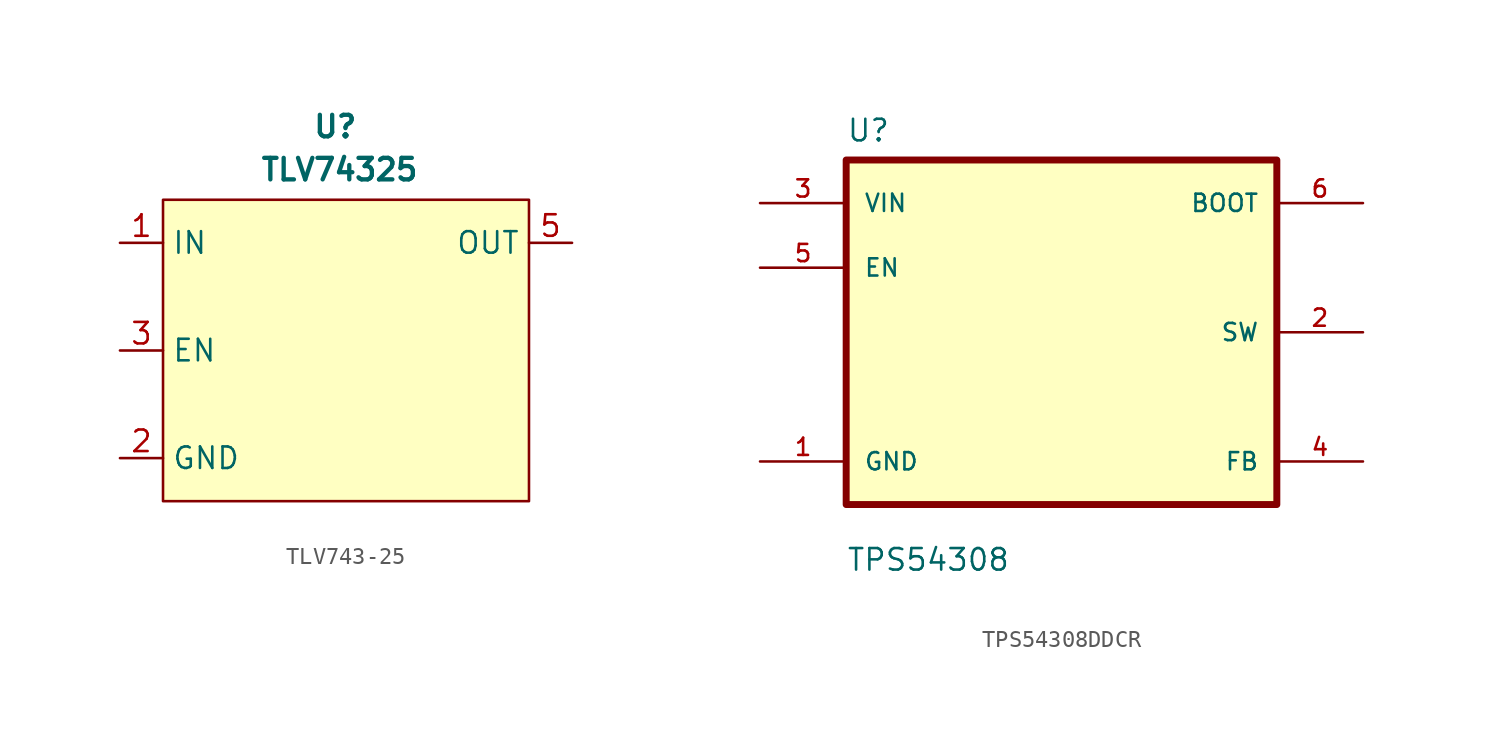
<source format=kicad_sym>
(kicad_symbol_lib
  (version 20231120)
  (generator "kicad_symbol_editor")
  (generator_version "8.0")
  (symbol "TLV743-25"
    (property "Reference" "U"
      (at 0 6.858 0)
      (effects (font (size 1.27 1.27) (thickness 0.254) (bold yes))))
    (property "Value" "TLV74325"
      (at 0.254 4.318 0)
      (effects (font (size 1.27 1.27) (thickness 0.254) (bold yes))))
    (symbol "TLV743-25_1_1"
      (rectangle (start -10.16 2.54) (end 11.43 -15.24) (stroke (width 0) (type default)) (fill (type background)))
      (pin power_in line (at -12.7 0 0) (length 2.54) (name "IN" (effects (font (size 1.27 1.27)))) (number "1" (effects (font (size 1.27 1.27)))))
      (pin passive line (at -12.7 -12.7 0) (length 2.54) (name "GND" (effects (font (size 1.27 1.27)))) (number "2" (effects (font (size 1.27 1.27)))))
      (pin input line (at -12.7 -6.35 0) (length 2.54) (name "EN" (effects (font (size 1.27 1.27)))) (number "3" (effects (font (size 1.27 1.27)))))
      (pin input line (at 13.97 -11.43 180) (length 2.54) hide (name "NC" (effects (font (size 1.27 1.27)))) (number "4" (effects (font (size 1.27 1.27)))))
      (pin power_out line (at 13.97 0 180) (length 2.54) (name "OUT" (effects (font (size 1.27 1.27)))) (number "5" (effects (font (size 1.27 1.27)))))))
  (symbol "TPS54308DDCR"
    (pin_names
      (offset 1.016))
    (property "Reference" "U"
      (at -12.7 11.16 0)
      (effects (font (size 1.27 1.27)) (justify left bottom)))
    (property "Value" "TPS54308"
      (at -12.7 -14.16 0)
      (effects (font (size 1.27 1.27)) (justify left bottom)))
    (symbol "TPS54308DDCR_0_0"
      (rectangle (start -12.7 10.16) (end 12.7 -10.16) (stroke (width 0.41) (type default)) (fill (type background)))
      (pin power_in line (at -17.78 -7.62 0) (length 5.08) (name "GND" (effects (font (size 1.016 1.016)))) (number "1" (effects (font (size 1.016 1.016)))))
      (pin output line (at 17.78 0 180) (length 5.08) (name "SW" (effects (font (size 1.016 1.016)))) (number "2" (effects (font (size 1.016 1.016)))))
      (pin input line (at -17.78 7.62 0) (length 5.08) (name "VIN" (effects (font (size 1.016 1.016)))) (number "3" (effects (font (size 1.016 1.016)))))
      (pin input line (at 17.78 -7.62 180) (length 5.08) (name "FB" (effects (font (size 1.016 1.016)))) (number "4" (effects (font (size 1.016 1.016)))))
      (pin input line (at -17.78 3.81 0) (length 5.08) (name "EN" (effects (font (size 1.016 1.016)))) (number "5" (effects (font (size 1.016 1.016)))))
      (pin output line (at 17.78 7.62 180) (length 5.08) (name "BOOT" (effects (font (size 1.016 1.016)))) (number "6" (effects (font (size 1.016 1.016))))))))
</source>
